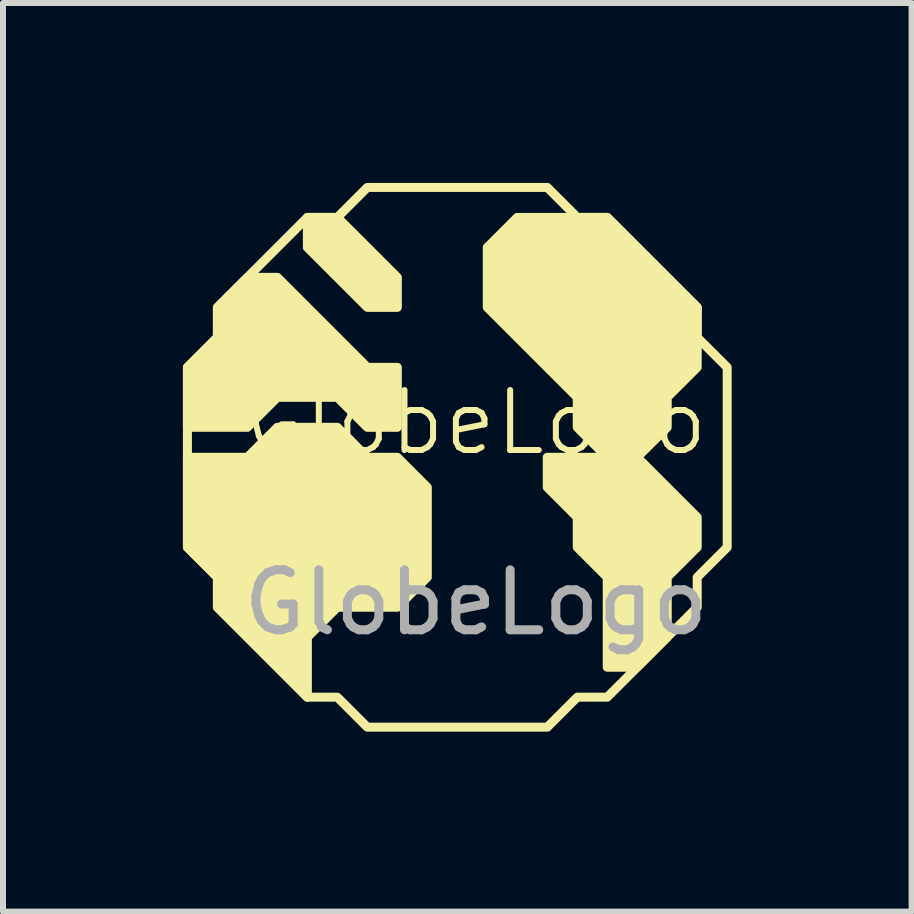
<source format=kicad_pcb>
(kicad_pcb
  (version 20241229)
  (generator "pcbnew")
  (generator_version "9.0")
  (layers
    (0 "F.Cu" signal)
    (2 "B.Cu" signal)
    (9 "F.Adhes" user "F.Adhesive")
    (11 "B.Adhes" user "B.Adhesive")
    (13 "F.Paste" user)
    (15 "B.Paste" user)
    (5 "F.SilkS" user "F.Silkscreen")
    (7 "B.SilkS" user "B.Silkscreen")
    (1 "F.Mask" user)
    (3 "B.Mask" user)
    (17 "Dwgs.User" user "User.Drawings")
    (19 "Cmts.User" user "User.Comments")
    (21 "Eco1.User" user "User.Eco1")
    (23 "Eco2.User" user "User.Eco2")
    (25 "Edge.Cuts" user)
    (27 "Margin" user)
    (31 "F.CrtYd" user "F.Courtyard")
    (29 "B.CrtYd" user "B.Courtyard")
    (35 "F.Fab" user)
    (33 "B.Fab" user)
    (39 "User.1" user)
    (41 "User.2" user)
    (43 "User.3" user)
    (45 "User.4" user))
  (footprint "GlobeLogo"
    (layer "F.Cu")
    (at 4.543 4.591)
    (property "Reference" "GlobeLogo" (at 0.342 -0.595 0) (unlocked yes) (layer "F.SilkS") (effects (font (size 1 1) (thickness 0.1))))
    (attr smd board_only exclude_from_pos_files exclude_from_bom allow_missing_courtyard)
    (fp_poly (pts (xy -2.468 -3.516) (xy -1.468 -2.516) (xy -0.968 -2.516) (xy -0.968 -3.016) (xy -1.968 -4.016) (xy -2.468 -4.016)) (stroke (width 0.15) (type solid)) (fill yes) (layer "F.SilkS"))
    (fp_poly (pts (xy -0.968 -0.516) (xy -0.968 -1.516) (xy -1.468 -1.516) (xy -2.968 -3.016) (xy -3.468 -3.016) (xy -3.968 -2.516) (xy -3.968 -2.016) (xy -4.468 -1.516) (xy -4.468 -0.516) (xy -3.468 -0.516) (xy -2.968 -1.016) (xy -1.968 -1.016) (xy -1.468 -0.516)) (stroke (width 0.15) (type solid)) (fill yes) (layer "F.SilkS"))
    (fp_poly (pts (xy -4.468 -0.016) (xy -3.468 -0.016) (xy -2.968 -0.516) (xy -1.968 -0.516) (xy -1.468 -0.016) (xy -0.968 -0.016) (xy -0.468 0.484) (xy -0.468 1.984) (xy -0.968 2.484) (xy -1.968 2.484) (xy -2.468 2.984) (xy -2.468 3.984) (xy -3.968 2.484) (xy -3.968 1.984) (xy -4.468 1.484)) (stroke (width 0.15) (type solid)) (fill yes) (layer "F.SilkS"))
    (fp_poly (pts (xy 4.032 -1.516) (xy 4.032 -2.516) (xy 2.532 -4.016) (xy 1.032 -4.016) (xy 0.532 -3.516) (xy 0.532 -2.516) (xy 2.032 -1.016) (xy 2.032 -0.516) (xy 2.532 -0.016) (xy 1.532 -0.016) (xy 1.532 0.484) (xy 2.032 0.984) (xy 2.032 1.484) (xy 2.532 1.984) (xy 2.532 3.484) (xy 3.032 3.484) (xy 3.532 2.984) (xy 3.532 1.984) (xy 4.032 1.484) (xy 4.032 0.984) (xy 3.032 -0.016) (xy 3.532 -0.516) (xy 3.532 -1.016)) (stroke (width 0.15) (type solid)) (fill yes) (layer "F.SilkS"))
    (fp_poly (pts (xy 1.532 -4.516) (xy 2.032 -4.016) (xy 2.532 -4.016) (xy 4.032 -2.516) (xy 4.032 -2.016) (xy 4.532 -1.516) (xy 4.532 1.484) (xy 4.032 1.984) (xy 4.032 2.484) (xy 2.532 3.984) (xy 2.032 3.984) (xy 1.532 4.484) (xy -1.468 4.484) (xy -1.968 3.984) (xy -2.468 3.984) (xy -3.968 2.484) (xy -3.968 1.984) (xy -4.468 1.484) (xy -4.468 -1.516) (xy -3.968 -2.016) (xy -3.968 -2.516) (xy -2.468 -4.016) (xy -1.968 -4.016) (xy -1.468 -4.516)) (stroke (width 0.15) (type solid)) (fill no) (layer "F.SilkS"))
    (fp_text user "${REFERENCE}" (at 0.342 2.405 0) (unlocked yes) (layer "F.Fab") (effects (font (size 1 1) (thickness 0.15)))))
  (gr_rect
    (start -3 -3)
    (end 12.15 12.15)
    (stroke (width 0.1) (type default))
    (fill no)
    (layer "Edge.Cuts")))
</source>
